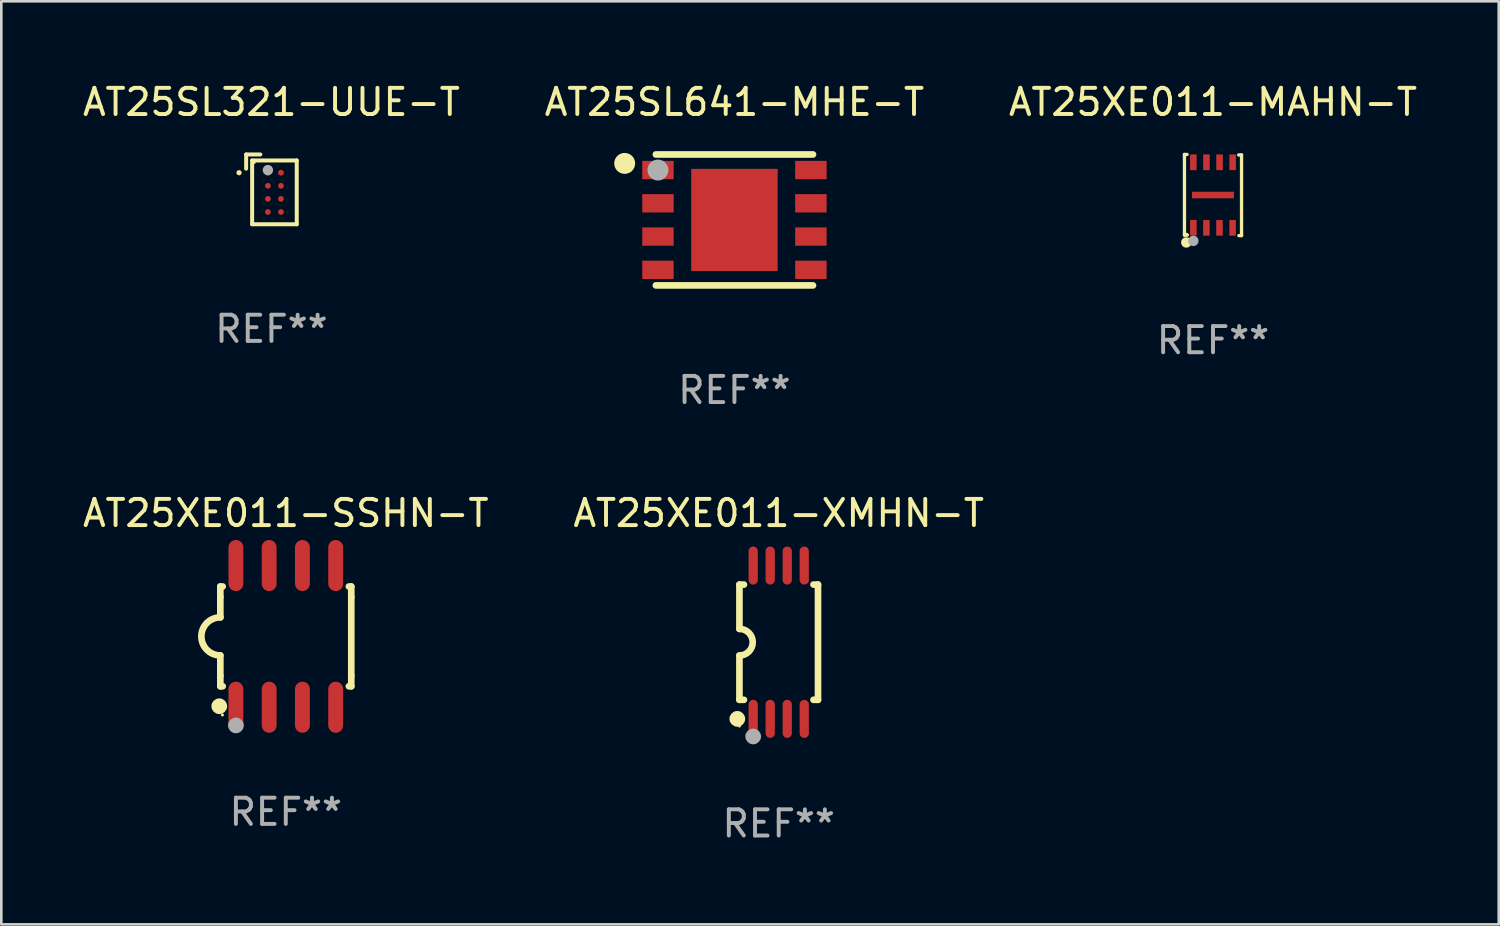
<source format=kicad_pcb>
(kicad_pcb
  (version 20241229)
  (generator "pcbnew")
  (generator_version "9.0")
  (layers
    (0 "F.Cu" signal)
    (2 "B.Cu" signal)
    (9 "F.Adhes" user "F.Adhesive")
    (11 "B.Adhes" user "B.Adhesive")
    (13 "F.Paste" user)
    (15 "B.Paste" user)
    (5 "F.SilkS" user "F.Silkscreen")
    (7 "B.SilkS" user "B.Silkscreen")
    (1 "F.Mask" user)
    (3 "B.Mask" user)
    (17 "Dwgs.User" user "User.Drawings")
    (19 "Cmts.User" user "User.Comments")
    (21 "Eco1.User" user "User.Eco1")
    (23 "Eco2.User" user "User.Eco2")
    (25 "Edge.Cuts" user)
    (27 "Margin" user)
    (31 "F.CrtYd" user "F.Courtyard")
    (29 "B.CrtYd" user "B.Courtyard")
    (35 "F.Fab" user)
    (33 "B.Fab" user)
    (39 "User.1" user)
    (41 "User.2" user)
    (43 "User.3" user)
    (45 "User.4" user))
  (footprint "AT25SL321-UUE-T"
    (layer "F.Cu")
    (at 7.315 4.181)
    (property "Reference" "AT25SL321-UUE-T" (at 0 -3.332 0) (layer "F.SilkS") (effects (font (size 1 1) (thickness 0.15))))
    (attr through_hole)
    (fp_line (start -0.966 -1.332) (end -0.424 -1.332) (stroke (width 0.152) (type solid)) (layer "F.SilkS"))
    (fp_line (start -0.966 -0.79) (end -0.966 -1.332) (stroke (width 0.152) (type solid)) (layer "F.SilkS"))
    (fp_line (start -0.737 -1.104) (end 0.966 -1.104) (stroke (width 0.152) (type solid)) (layer "F.SilkS"))
    (fp_line (start -0.737 1.332) (end -0.737 -1.104) (stroke (width 0.152) (type solid)) (layer "F.SilkS"))
    (fp_line (start 0.966 -1.104) (end 0.966 1.332) (stroke (width 0.152) (type solid)) (layer "F.SilkS"))
    (fp_line (start 0.966 1.332) (end -0.737 1.332) (stroke (width 0.152) (type solid)) (layer "F.SilkS"))
    (fp_circle (center -1.237 -0.636) (end -1.187 -0.636) (stroke (width 0.1) (type solid)) (fill no) (layer "F.SilkS"))
    (fp_circle (center -0.661 -1.028) (end -0.631 -1.028) (stroke (width 0.06) (type solid)) (fill no) (layer "F.SilkS"))
    (fp_circle (center -0.136 -0.736) (end -0.036 -0.736) (stroke (width 0.2) (type solid)) (fill no) (layer "F.Fab"))
    (fp_text user "REF**" (at 0 5.332 0) (layer "F.Fab") (effects (font (size 1 1) (thickness 0.15))))
    (pad "A1" smd circle (at -0.136 -0.636) (size 0.22 0.22) (layers "F.Cu" "F.Mask" "F.Paste"))
    (pad "A2" smd circle (at 0.364 -0.636) (size 0.22 0.22) (layers "F.Cu" "F.Mask" "F.Paste"))
    (pad "B1" smd circle (at -0.136 -0.136) (size 0.22 0.22) (layers "F.Cu" "F.Mask" "F.Paste"))
    (pad "B2" smd circle (at 0.364 -0.136) (size 0.22 0.22) (layers "F.Cu" "F.Mask" "F.Paste"))
    (pad "C1" smd circle (at -0.136 0.364) (size 0.22 0.22) (layers "F.Cu" "F.Mask" "F.Paste"))
    (pad "C2" smd circle (at 0.364 0.364) (size 0.22 0.22) (layers "F.Cu" "F.Mask" "F.Paste"))
    (pad "D1" smd circle (at -0.136 0.864) (size 0.22 0.22) (layers "F.Cu" "F.Mask" "F.Paste"))
    (pad "D2" smd circle (at 0.364 0.864) (size 0.22 0.22) (layers "F.Cu" "F.Mask" "F.Paste")))
  (footprint "AT25XE011-XMHN-T"
    (layer "F.Cu")
    (at 26.685 21.472)
    (property "Reference" "AT25XE011-XMHN-T" (at 0 -4.927 0) (layer "F.SilkS") (effects (font (size 1 1) (thickness 0.15))))
    (attr through_hole)
    (fp_line (start -1.5 -2.2) (end -1.5 -0.508) (stroke (width 0.254) (type solid)) (layer "F.SilkS"))
    (fp_line (start -1.5 -2.2) (end -1.328 -2.2) (stroke (width 0.254) (type solid)) (layer "F.SilkS"))
    (fp_line (start -1.5 2.2) (end -1.5 0.508) (stroke (width 0.254) (type solid)) (layer "F.SilkS"))
    (fp_line (start -1.5 2.2) (end -1.328 2.2) (stroke (width 0.254) (type solid)) (layer "F.SilkS"))
    (fp_line (start 1.328 -2.2) (end 1.5 -2.2) (stroke (width 0.254) (type solid)) (layer "F.SilkS"))
    (fp_line (start 1.328 2.2) (end 1.5 2.2) (stroke (width 0.254) (type solid)) (layer "F.SilkS"))
    (fp_line (start 1.5 -2.2) (end 1.5 2.2) (stroke (width 0.254) (type solid)) (layer "F.SilkS"))
    (fp_arc (start -1.501144 -0.508) (mid -0.993143 -0.000571) (end -1.5 0.508001) (stroke (width 0.254001) (type solid)) (layer "F.SilkS"))
    (fp_circle (center -1.581 2.927) (end -1.431 2.927) (stroke (width 0.3) (type solid)) (fill no) (layer "F.SilkS"))
    (fp_circle (center -1.5 3.2) (end -1.47 3.2) (stroke (width 0.06) (type solid)) (fill no) (layer "F.SilkS"))
    (fp_circle (center -0.975 3.6) (end -0.825 3.6) (stroke (width 0.3) (type solid)) (fill no) (layer "F.Fab"))
    (fp_text user "REF**" (at 0 6.927 0) (layer "F.Fab") (effects (font (size 1 1) (thickness 0.15))))
    (pad "1" smd oval (at -0.975 2.927) (size 0.353 1.454) (layers "F.Cu" "F.Mask" "F.Paste"))
    (pad "2" smd oval (at -0.325 2.927) (size 0.353 1.454) (layers "F.Cu" "F.Mask" "F.Paste"))
    (pad "3" smd oval (at 0.325 2.927) (size 0.353 1.454) (layers "F.Cu" "F.Mask" "F.Paste"))
    (pad "4" smd oval (at 0.975 2.927) (size 0.353 1.454) (layers "F.Cu" "F.Mask" "F.Paste"))
    (pad "5" smd oval (at 0.975 -2.927) (size 0.353 1.454) (layers "F.Cu" "F.Mask" "F.Paste"))
    (pad "6" smd oval (at 0.325 -2.927) (size 0.353 1.454) (layers "F.Cu" "F.Mask" "F.Paste"))
    (pad "7" smd oval (at -0.325 -2.927) (size 0.353 1.454) (layers "F.Cu" "F.Mask" "F.Paste"))
    (pad "8" smd oval (at -0.975 -2.927) (size 0.353 1.454) (layers "F.Cu" "F.Mask" "F.Paste")))
  (footprint "AT25SL641-MHE-T"
    (layer "F.Cu")
    (at 24.994 5.348)
    (property "Reference" "AT25SL641-MHE-T" (at 0 -4.5 0) (layer "F.SilkS") (effects (font (size 1 1) (thickness 0.15))))
    (attr through_hole)
    (fp_line (start 3 -2.5) (end -3 -2.5) (stroke (width 0.254) (type solid)) (layer "F.SilkS"))
    (fp_line (start 3 2.5) (end -3 2.5) (stroke (width 0.254) (type solid)) (layer "F.SilkS"))
    (fp_circle (center -4.191 -2.159) (end -3.991 -2.159) (stroke (width 0.4) (type solid)) (fill no) (layer "F.SilkS"))
    (fp_circle (center -3 -2.5) (end -2.97 -2.5) (stroke (width 0.06) (type solid)) (fill no) (layer "F.SilkS"))
    (fp_circle (center -2.92 -1.905) (end -2.72 -1.905) (stroke (width 0.4) (type solid)) (fill no) (layer "F.Fab"))
    (fp_text user "REF**" (at 0 6.5 0) (layer "F.Fab") (effects (font (size 1 1) (thickness 0.15))))
    (pad "1" smd rect (at -2.92 -1.905) (size 1.2 0.7) (layers "F.Cu" "F.Mask" "F.Paste"))
    (pad "2" smd rect (at -2.92 -0.635) (size 1.2 0.7) (layers "F.Cu" "F.Mask" "F.Paste"))
    (pad "3" smd rect (at -2.92 0.635) (size 1.2 0.7) (layers "F.Cu" "F.Mask" "F.Paste"))
    (pad "4" smd rect (at -2.92 1.905) (size 1.2 0.7) (layers "F.Cu" "F.Mask" "F.Paste"))
    (pad "5" smd rect (at 2.92 1.905) (size 1.2 0.7) (layers "F.Cu" "F.Mask" "F.Paste"))
    (pad "6" smd rect (at 2.92 0.635) (size 1.2 0.7) (layers "F.Cu" "F.Mask" "F.Paste"))
    (pad "7" smd rect (at 2.92 -0.635) (size 1.2 0.7) (layers "F.Cu" "F.Mask" "F.Paste"))
    (pad "8" smd rect (at 2.92 -1.905) (size 1.2 0.7) (layers "F.Cu" "F.Mask" "F.Paste"))
    (pad "9" smd rect (at 0 0) (size 3.3 3.9) (layers "F.Cu" "F.Mask" "F.Paste")))
  (footprint "AT25XE011-MAHN-T"
    (layer "F.Cu")
    (at 43.268 4.397)
    (property "Reference" "AT25XE011-MAHN-T" (at 0 -3.549 0) (layer "F.SilkS") (effects (font (size 1 1) (thickness 0.15))))
    (attr through_hole)
    (fp_line (start -1.09 -1.549) (end -1.09 1.531) (stroke (width 0.127) (type solid)) (layer "F.SilkS"))
    (fp_line (start -1.09 1.531) (end -0.98 1.531) (stroke (width 0.127) (type solid)) (layer "F.SilkS"))
    (fp_line (start -0.99 -1.549) (end -1.09 -1.549) (stroke (width 0.127) (type solid)) (layer "F.SilkS"))
    (fp_line (start 0.99 1.549) (end 1.09 1.549) (stroke (width 0.127) (type solid)) (layer "F.SilkS"))
    (fp_line (start 1.09 -1.531) (end 0.98 -1.531) (stroke (width 0.127) (type solid)) (layer "F.SilkS"))
    (fp_line (start 1.09 1.549) (end 1.09 -1.531) (stroke (width 0.127) (type solid)) (layer "F.SilkS"))
    (fp_circle (center -1.02 1.811) (end -0.92 1.811) (stroke (width 0.2) (type solid)) (fill no) (layer "F.SilkS"))
    (fp_circle (center -1 1.5) (end -0.97 1.5) (stroke (width 0.06) (type solid)) (fill no) (layer "F.SilkS"))
    (fp_circle (center -0.75 1.751) (end -0.65 1.751) (stroke (width 0.2) (type solid)) (fill no) (layer "F.Fab"))
    (fp_text user "REF**" (at 0 5.549 0) (layer "F.Fab") (effects (font (size 1 1) (thickness 0.15))))
    (pad "1" smd rect (at -0.75 1.25 180) (size 0.25 0.6) (layers "F.Cu" "F.Mask" "F.Paste"))
    (pad "2" smd rect (at -0.252 1.252 180) (size 0.25 0.6) (layers "F.Cu" "F.Mask" "F.Paste"))
    (pad "3" smd rect (at 0.248 1.252 180) (size 0.25 0.6) (layers "F.Cu" "F.Mask" "F.Paste"))
    (pad "4" smd rect (at 0.748 1.252 180) (size 0.25 0.6) (layers "F.Cu" "F.Mask" "F.Paste"))
    (pad "5" smd rect (at 0.75 -1.25 180) (size 0.25 0.6) (layers "F.Cu" "F.Mask" "F.Paste"))
    (pad "6" smd rect (at 0.25 -1.25 180) (size 0.25 0.6) (layers "F.Cu" "F.Mask" "F.Paste"))
    (pad "7" smd rect (at -0.25 -1.25 180) (size 0.25 0.6) (layers "F.Cu" "F.Mask" "F.Paste"))
    (pad "8" smd rect (at -0.75 -1.25 180) (size 0.25 0.6) (layers "F.Cu" "F.Mask" "F.Paste"))
    (pad "9" smd rect (at -0.000102 0 270) (size 0.25 1.6) (layers "F.Cu" "F.Mask" "F.Paste")))
  (footprint "AT25XE011-SSHN-T"
    (layer "F.Cu")
    (at 7.863 21.25)
    (property "Reference" "AT25XE011-SSHN-T" (at 0 -4.705 0) (layer "F.SilkS") (effects (font (size 1 1) (thickness 0.15))))
    (attr through_hole)
    (fp_line (start -2.5 -1.905) (end -2.409 -1.905) (stroke (width 0.254) (type solid)) (layer "F.SilkS"))
    (fp_line (start -2.5 -1.5) (end -2.5 -1.905) (stroke (width 0.254) (type solid)) (layer "F.SilkS"))
    (fp_line (start -2.5 -1.5) (end -2.5 -0.726) (stroke (width 0.254) (type solid)) (layer "F.SilkS"))
    (fp_line (start -2.5 1.5) (end -2.5 0.727) (stroke (width 0.254) (type solid)) (layer "F.SilkS"))
    (fp_line (start -2.5 1.5) (end -2.5 1.905) (stroke (width 0.254) (type solid)) (layer "F.SilkS"))
    (fp_line (start -2.5 1.905) (end -2.409 1.905) (stroke (width 0.254) (type solid)) (layer "F.SilkS"))
    (fp_line (start 2.5 -1.905) (end 2.409 -1.905) (stroke (width 0.254) (type solid)) (layer "F.SilkS"))
    (fp_line (start 2.5 -1.5) (end 2.5 -1.905) (stroke (width 0.254) (type solid)) (layer "F.SilkS"))
    (fp_line (start 2.5 -1.5) (end 2.5 1.5) (stroke (width 0.254) (type solid)) (layer "F.SilkS"))
    (fp_line (start 2.5 1.5) (end 2.5 1.905) (stroke (width 0.254) (type solid)) (layer "F.SilkS"))
    (fp_line (start 2.5 1.905) (end 2.409 1.905) (stroke (width 0.254) (type solid)) (layer "F.SilkS"))
    (fp_arc (start -2.5 0.726568) (mid -3.220316 -0.0023) (end -2.495097 -0.726289) (stroke (width 0.254001) (type solid)) (layer "F.SilkS"))
    (fp_circle (center -2.54 2.667) (end -2.39 2.667) (stroke (width 0.3) (type solid)) (fill no) (layer "F.SilkS"))
    (fp_circle (center -2.42 3) (end -2.39 3) (stroke (width 0.06) (type solid)) (fill no) (layer "F.SilkS"))
    (fp_circle (center -1.905 3.4) (end -1.755 3.4) (stroke (width 0.3) (type solid)) (fill no) (layer "F.Fab"))
    (fp_text user "REF**" (at 0 6.705 0) (layer "F.Fab") (effects (font (size 1 1) (thickness 0.15))))
    (pad "1" smd oval (at -1.905 2.705) (size 0.568 1.95) (layers "F.Cu" "F.Mask" "F.Paste"))
    (pad "2" smd oval (at -0.635 2.705) (size 0.568 1.95) (layers "F.Cu" "F.Mask" "F.Paste"))
    (pad "3" smd oval (at 0.635 2.705) (size 0.568 1.95) (layers "F.Cu" "F.Mask" "F.Paste"))
    (pad "4" smd oval (at 1.905 2.705) (size 0.568 1.95) (layers "F.Cu" "F.Mask" "F.Paste"))
    (pad "5" smd oval (at 1.905 -2.705) (size 0.568 1.95) (layers "F.Cu" "F.Mask" "F.Paste"))
    (pad "6" smd oval (at 0.635 -2.705) (size 0.568 1.95) (layers "F.Cu" "F.Mask" "F.Paste"))
    (pad "7" smd oval (at -0.635 -2.705) (size 0.568 1.95) (layers "F.Cu" "F.Mask" "F.Paste"))
    (pad "8" smd oval (at -1.905 -2.705) (size 0.568 1.95) (layers "F.Cu" "F.Mask" "F.Paste")))
  (gr_rect
    (start -3 -3)
    (end 54.179 32.247)
    (stroke (width 0.1) (type default))
    (fill no)
    (layer "Edge.Cuts")))
</source>
